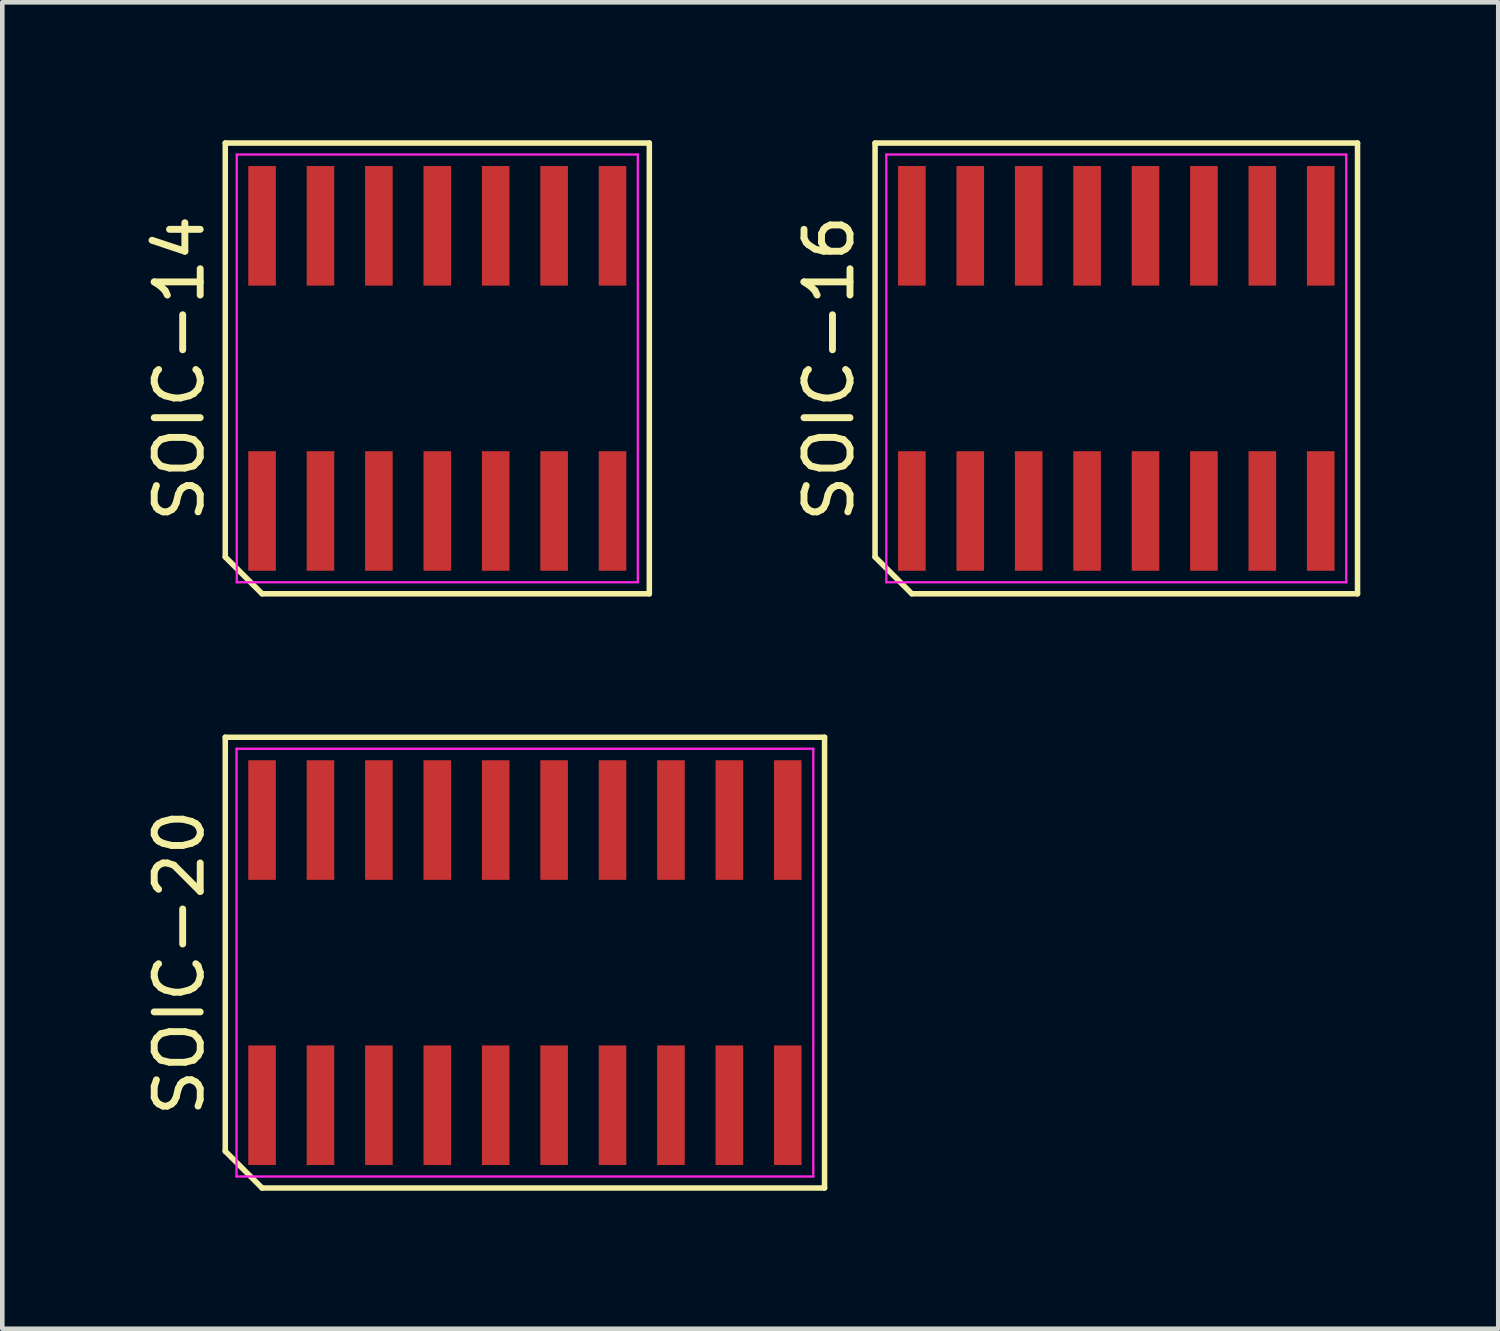
<source format=kicad_pcb>
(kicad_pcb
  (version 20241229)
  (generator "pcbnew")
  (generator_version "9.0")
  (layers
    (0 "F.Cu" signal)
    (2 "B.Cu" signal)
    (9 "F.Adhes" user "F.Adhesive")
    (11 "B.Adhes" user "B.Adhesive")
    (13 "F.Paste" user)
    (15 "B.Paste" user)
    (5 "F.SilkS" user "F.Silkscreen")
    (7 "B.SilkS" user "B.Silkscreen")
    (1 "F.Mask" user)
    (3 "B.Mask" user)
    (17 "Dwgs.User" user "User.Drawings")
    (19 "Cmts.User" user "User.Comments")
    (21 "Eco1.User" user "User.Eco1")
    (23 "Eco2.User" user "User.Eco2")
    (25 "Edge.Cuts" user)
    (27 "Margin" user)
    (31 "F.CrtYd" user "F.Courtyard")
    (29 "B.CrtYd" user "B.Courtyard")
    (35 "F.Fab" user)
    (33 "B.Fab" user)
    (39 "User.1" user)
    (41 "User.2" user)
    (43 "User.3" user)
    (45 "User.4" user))
  (footprint "SOIC-20"
    (layer "F.Cu")
    (at 8.363 17.88)
    (property "Reference" "SOIC-20" (at -7.515 0 90) (layer "F.SilkS") (effects (font (size 1 1) (thickness 0.15))))
    (attr smd)
    (fp_line (start -6.515 -4.9) (end 6.515 -4.9) (stroke (width 0.12) (type solid)) (layer "F.SilkS"))
    (fp_line (start -6.515 4.1) (end -6.515 -4.9) (stroke (width 0.12) (type solid)) (layer "F.SilkS"))
    (fp_line (start -5.715 4.9) (end -6.515 4.1) (stroke (width 0.12) (type solid)) (layer "F.SilkS"))
    (fp_line (start 6.515 -4.9) (end 6.515 4.9) (stroke (width 0.12) (type solid)) (layer "F.SilkS"))
    (fp_line (start 6.515 4.9) (end -5.715 4.9) (stroke (width 0.12) (type solid)) (layer "F.SilkS"))
    (fp_line (start -6.27 -4.65) (end 6.27 -4.65) (stroke (width 0.05) (type solid)) (layer "F.CrtYd"))
    (fp_line (start -6.27 4.65) (end -6.27 -4.65) (stroke (width 0.05) (type solid)) (layer "F.CrtYd"))
    (fp_line (start 6.27 -4.65) (end 6.27 4.65) (stroke (width 0.05) (type solid)) (layer "F.CrtYd"))
    (fp_line (start 6.27 4.65) (end -6.27 4.65) (stroke (width 0.05) (type solid)) (layer "F.CrtYd"))
    (pad "1" smd rect (at -5.715 3.1) (size 0.6 2.6) (layers "F.Cu" "F.Mask" "F.Paste"))
    (pad "2" smd rect (at -4.445 3.1) (size 0.6 2.6) (layers "F.Cu" "F.Mask" "F.Paste"))
    (pad "3" smd rect (at -3.175 3.1) (size 0.6 2.6) (layers "F.Cu" "F.Mask" "F.Paste"))
    (pad "4" smd rect (at -1.905 3.1) (size 0.6 2.6) (layers "F.Cu" "F.Mask" "F.Paste"))
    (pad "5" smd rect (at -0.635 3.1) (size 0.6 2.6) (layers "F.Cu" "F.Mask" "F.Paste"))
    (pad "6" smd rect (at 0.635 3.1) (size 0.6 2.6) (layers "F.Cu" "F.Mask" "F.Paste"))
    (pad "7" smd rect (at 1.905 3.1) (size 0.6 2.6) (layers "F.Cu" "F.Mask" "F.Paste"))
    (pad "8" smd rect (at 3.175 3.1) (size 0.6 2.6) (layers "F.Cu" "F.Mask" "F.Paste"))
    (pad "9" smd rect (at 4.445 3.1) (size 0.6 2.6) (layers "F.Cu" "F.Mask" "F.Paste"))
    (pad "10" smd rect (at 5.715 3.1) (size 0.6 2.6) (layers "F.Cu" "F.Mask" "F.Paste"))
    (pad "11" smd rect (at 5.715 -3.1) (size 0.6 2.6) (layers "F.Cu" "F.Mask" "F.Paste"))
    (pad "12" smd rect (at 4.445 -3.1) (size 0.6 2.6) (layers "F.Cu" "F.Mask" "F.Paste"))
    (pad "13" smd rect (at 3.175 -3.1) (size 0.6 2.6) (layers "F.Cu" "F.Mask" "F.Paste"))
    (pad "14" smd rect (at 1.905 -3.1) (size 0.6 2.6) (layers "F.Cu" "F.Mask" "F.Paste"))
    (pad "15" smd rect (at 0.635 -3.1) (size 0.6 2.6) (layers "F.Cu" "F.Mask" "F.Paste"))
    (pad "16" smd rect (at -0.635 -3.1) (size 0.6 2.6) (layers "F.Cu" "F.Mask" "F.Paste"))
    (pad "17" smd rect (at -1.905 -3.1) (size 0.6 2.6) (layers "F.Cu" "F.Mask" "F.Paste"))
    (pad "18" smd rect (at -3.175 -3.1) (size 0.6 2.6) (layers "F.Cu" "F.Mask" "F.Paste"))
    (pad "19" smd rect (at -4.445 -3.1) (size 0.6 2.6) (layers "F.Cu" "F.Mask" "F.Paste"))
    (pad "20" smd rect (at -5.715 -3.1) (size 0.6 2.6) (layers "F.Cu" "F.Mask" "F.Paste")))
  (footprint "SOIC-16"
    (layer "F.Cu")
    (at 21.221 4.96)
    (property "Reference" "SOIC-16" (at -6.245 0 90) (layer "F.SilkS") (effects (font (size 1 1) (thickness 0.15))))
    (attr smd)
    (fp_line (start -5.245 -4.9) (end 5.245 -4.9) (stroke (width 0.12) (type solid)) (layer "F.SilkS"))
    (fp_line (start -5.245 4.1) (end -5.245 -4.9) (stroke (width 0.12) (type solid)) (layer "F.SilkS"))
    (fp_line (start -4.445 4.9) (end -5.245 4.1) (stroke (width 0.12) (type solid)) (layer "F.SilkS"))
    (fp_line (start 5.245 -4.9) (end 5.245 4.9) (stroke (width 0.12) (type solid)) (layer "F.SilkS"))
    (fp_line (start 5.245 4.9) (end -4.445 4.9) (stroke (width 0.12) (type solid)) (layer "F.SilkS"))
    (fp_line (start -5 -4.65) (end 5 -4.65) (stroke (width 0.05) (type solid)) (layer "F.CrtYd"))
    (fp_line (start -5 4.65) (end -5 -4.65) (stroke (width 0.05) (type solid)) (layer "F.CrtYd"))
    (fp_line (start 5 -4.65) (end 5 4.65) (stroke (width 0.05) (type solid)) (layer "F.CrtYd"))
    (fp_line (start 5 4.65) (end -5 4.65) (stroke (width 0.05) (type solid)) (layer "F.CrtYd"))
    (pad "1" smd rect (at -4.445 3.1) (size 0.6 2.6) (layers "F.Cu" "F.Mask" "F.Paste"))
    (pad "2" smd rect (at -3.175 3.1) (size 0.6 2.6) (layers "F.Cu" "F.Mask" "F.Paste"))
    (pad "3" smd rect (at -1.905 3.1) (size 0.6 2.6) (layers "F.Cu" "F.Mask" "F.Paste"))
    (pad "4" smd rect (at -0.635 3.1) (size 0.6 2.6) (layers "F.Cu" "F.Mask" "F.Paste"))
    (pad "5" smd rect (at 0.635 3.1) (size 0.6 2.6) (layers "F.Cu" "F.Mask" "F.Paste"))
    (pad "6" smd rect (at 1.905 3.1) (size 0.6 2.6) (layers "F.Cu" "F.Mask" "F.Paste"))
    (pad "7" smd rect (at 3.175 3.1) (size 0.6 2.6) (layers "F.Cu" "F.Mask" "F.Paste"))
    (pad "8" smd rect (at 4.445 3.1) (size 0.6 2.6) (layers "F.Cu" "F.Mask" "F.Paste"))
    (pad "9" smd rect (at 4.445 -3.1) (size 0.6 2.6) (layers "F.Cu" "F.Mask" "F.Paste"))
    (pad "10" smd rect (at 3.175 -3.1) (size 0.6 2.6) (layers "F.Cu" "F.Mask" "F.Paste"))
    (pad "11" smd rect (at 1.905 -3.1) (size 0.6 2.6) (layers "F.Cu" "F.Mask" "F.Paste"))
    (pad "12" smd rect (at 0.635 -3.1) (size 0.6 2.6) (layers "F.Cu" "F.Mask" "F.Paste"))
    (pad "13" smd rect (at -0.635 -3.1) (size 0.6 2.6) (layers "F.Cu" "F.Mask" "F.Paste"))
    (pad "14" smd rect (at -1.905 -3.1) (size 0.6 2.6) (layers "F.Cu" "F.Mask" "F.Paste"))
    (pad "15" smd rect (at -3.175 -3.1) (size 0.6 2.6) (layers "F.Cu" "F.Mask" "F.Paste"))
    (pad "16" smd rect (at -4.445 -3.1) (size 0.6 2.6) (layers "F.Cu" "F.Mask" "F.Paste")))
  (footprint "SOIC-14"
    (layer "F.Cu")
    (at 6.458 4.96)
    (property "Reference" "SOIC-14" (at -5.61 0 90) (layer "F.SilkS") (effects (font (size 1 1) (thickness 0.15))))
    (attr smd)
    (fp_line (start -4.61 -4.9) (end 4.61 -4.9) (stroke (width 0.12) (type solid)) (layer "F.SilkS"))
    (fp_line (start -4.61 4.1) (end -4.61 -4.9) (stroke (width 0.12) (type solid)) (layer "F.SilkS"))
    (fp_line (start -3.81 4.9) (end -4.61 4.1) (stroke (width 0.12) (type solid)) (layer "F.SilkS"))
    (fp_line (start 4.61 -4.9) (end 4.61 4.9) (stroke (width 0.12) (type solid)) (layer "F.SilkS"))
    (fp_line (start 4.61 4.9) (end -3.81 4.9) (stroke (width 0.12) (type solid)) (layer "F.SilkS"))
    (fp_line (start -4.36 -4.65) (end 4.36 -4.65) (stroke (width 0.05) (type solid)) (layer "F.CrtYd"))
    (fp_line (start -4.36 4.65) (end -4.36 -4.65) (stroke (width 0.05) (type solid)) (layer "F.CrtYd"))
    (fp_line (start 4.36 -4.65) (end 4.36 4.65) (stroke (width 0.05) (type solid)) (layer "F.CrtYd"))
    (fp_line (start 4.36 4.65) (end -4.36 4.65) (stroke (width 0.05) (type solid)) (layer "F.CrtYd"))
    (pad "1" smd rect (at -3.81 3.1) (size 0.6 2.6) (layers "F.Cu" "F.Mask" "F.Paste"))
    (pad "2" smd rect (at -2.54 3.1) (size 0.6 2.6) (layers "F.Cu" "F.Mask" "F.Paste"))
    (pad "3" smd rect (at -1.27 3.1) (size 0.6 2.6) (layers "F.Cu" "F.Mask" "F.Paste"))
    (pad "4" smd rect (at 0 3.1) (size 0.6 2.6) (layers "F.Cu" "F.Mask" "F.Paste"))
    (pad "5" smd rect (at 1.27 3.1) (size 0.6 2.6) (layers "F.Cu" "F.Mask" "F.Paste"))
    (pad "6" smd rect (at 2.54 3.1) (size 0.6 2.6) (layers "F.Cu" "F.Mask" "F.Paste"))
    (pad "7" smd rect (at 3.81 3.1) (size 0.6 2.6) (layers "F.Cu" "F.Mask" "F.Paste"))
    (pad "8" smd rect (at 3.81 -3.1) (size 0.6 2.6) (layers "F.Cu" "F.Mask" "F.Paste"))
    (pad "9" smd rect (at 2.54 -3.1) (size 0.6 2.6) (layers "F.Cu" "F.Mask" "F.Paste"))
    (pad "10" smd rect (at 1.27 -3.1) (size 0.6 2.6) (layers "F.Cu" "F.Mask" "F.Paste"))
    (pad "11" smd rect (at 0 -3.1) (size 0.6 2.6) (layers "F.Cu" "F.Mask" "F.Paste"))
    (pad "12" smd rect (at -1.27 -3.1) (size 0.6 2.6) (layers "F.Cu" "F.Mask" "F.Paste"))
    (pad "13" smd rect (at -2.54 -3.1) (size 0.6 2.6) (layers "F.Cu" "F.Mask" "F.Paste"))
    (pad "14" smd rect (at -3.81 -3.1) (size 0.6 2.6) (layers "F.Cu" "F.Mask" "F.Paste")))
  (gr_rect
    (start -3 -3)
    (end 29.526 25.84)
    (stroke (width 0.1) (type default))
    (fill no)
    (layer "Edge.Cuts")))
</source>
